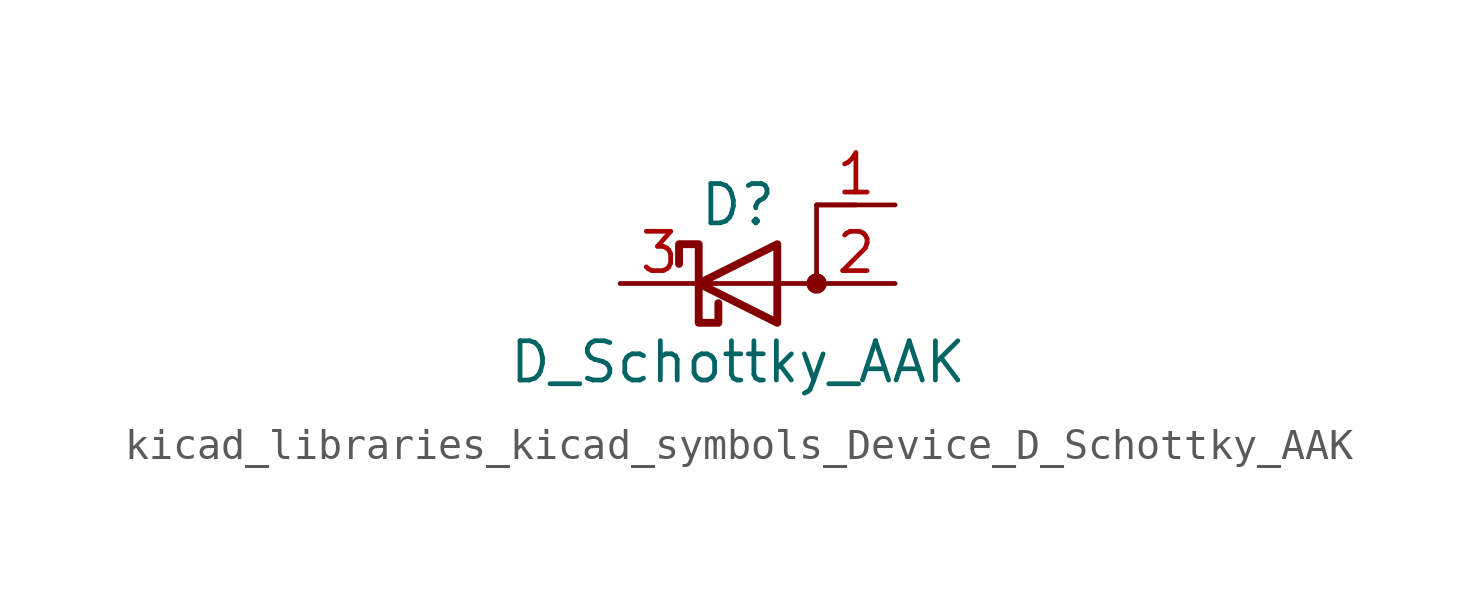
<source format=kicad_sym>
(kicad_symbol_lib
  (version 20220914)
  (generator kicad_symbol_editor)
  (symbol "kicad_libraries_kicad_symbols_Device_D_Schottky_AAK"
    (pin_names
      (offset 0) hide)
    (property "Reference" "D"
      (at 0 2.54 0)
      (effects (font (size 1.27 1.27))))
    (property "Value" "D_Schottky_AAK"
      (at 0 -2.54 0)
      (effects (font (size 1.27 1.27))))
    (symbol "kicad_libraries_kicad_symbols_Device_D_Schottky_AAK_0_1"
      (polyline (pts (xy 1.27 1.27) (xy 1.27 -1.27) (xy -1.27 0) (xy 1.27 1.27)) (stroke (width 0.254) (type default)) (fill (type none)))
      (polyline (pts (xy 3.81 2.54) (xy 2.54 2.54) (xy 2.54 0) (xy -1.27 0)) (stroke (width 0) (type default)) (fill (type none)))
      (polyline (pts (xy -1.905 0.635) (xy -1.905 1.27) (xy -1.27 1.27) (xy -1.27 -1.27) (xy -0.635 -1.27) (xy -0.635 -0.635)) (stroke (width 0.254) (type default)) (fill (type none)))
      (circle (center 2.54 0) (radius 0.254) (stroke (width 0) (type default)) (fill (type outline))))
    (symbol "kicad_libraries_kicad_symbols_Device_D_Schottky_AAK_1_1"
      (pin passive line (at 5.08 2.54 180) (length 2.54) (name "A" (effects (font (size 1.27 1.27)))) (number "1" (effects (font (size 1.27 1.27)))))
      (pin passive line (at 5.08 0 180) (length 2.54) (name "A" (effects (font (size 1.27 1.27)))) (number "2" (effects (font (size 1.27 1.27)))))
      (pin passive line (at -3.81 0 0) (length 2.54) (name "K" (effects (font (size 1.27 1.27)))) (number "3" (effects (font (size 1.27 1.27))))))))
</source>
